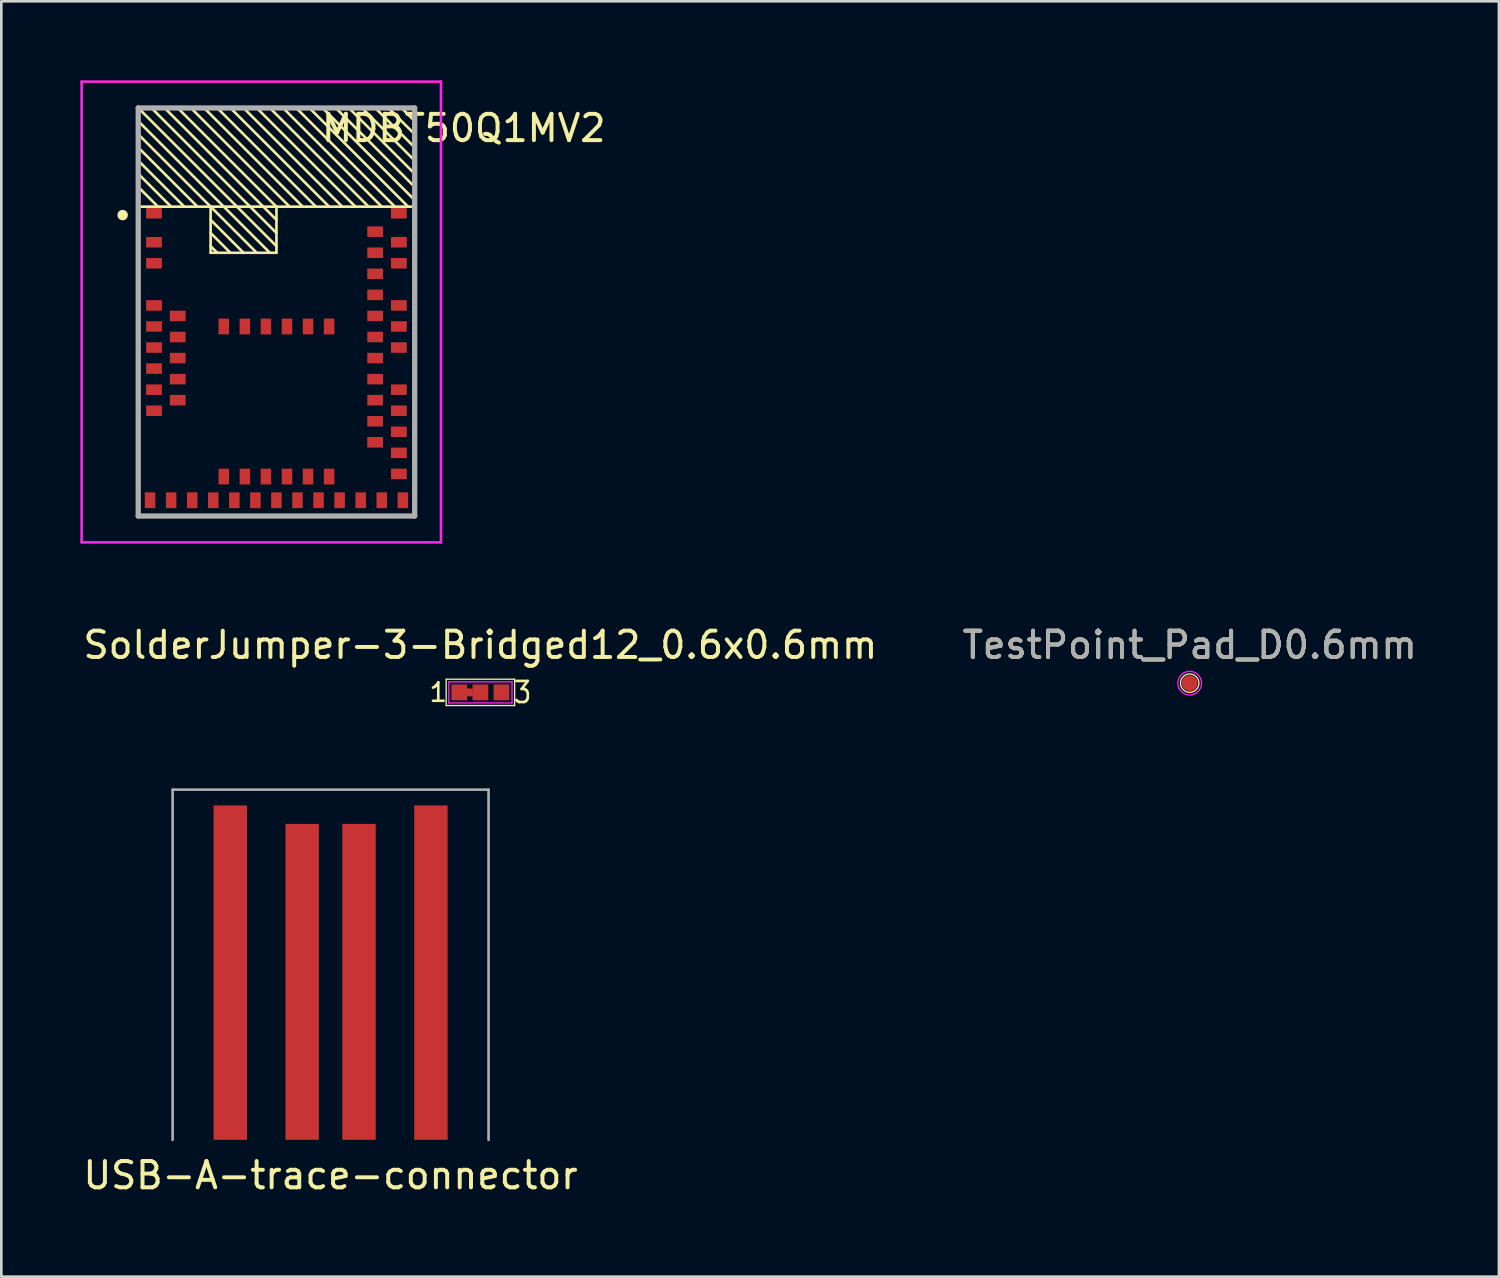
<source format=kicad_pcb>
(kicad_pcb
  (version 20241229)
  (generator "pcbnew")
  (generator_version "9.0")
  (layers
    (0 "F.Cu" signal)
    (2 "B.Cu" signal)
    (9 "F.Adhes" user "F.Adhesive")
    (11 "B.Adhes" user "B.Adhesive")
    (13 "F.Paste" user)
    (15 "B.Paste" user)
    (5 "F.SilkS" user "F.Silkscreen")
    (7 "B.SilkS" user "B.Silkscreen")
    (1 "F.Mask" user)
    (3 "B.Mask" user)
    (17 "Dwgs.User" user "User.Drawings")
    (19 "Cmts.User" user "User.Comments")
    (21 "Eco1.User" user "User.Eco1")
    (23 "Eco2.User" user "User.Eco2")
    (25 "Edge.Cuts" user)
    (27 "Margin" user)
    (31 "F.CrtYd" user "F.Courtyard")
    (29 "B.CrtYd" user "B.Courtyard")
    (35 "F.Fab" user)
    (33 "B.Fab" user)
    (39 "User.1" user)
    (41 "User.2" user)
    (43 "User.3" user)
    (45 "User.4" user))
  (footprint "USB-A-trace-connector"
    (layer "F.Cu")
    (at 9.506 40.242)
    (property "Reference" "USB-A-trace-connector" (at 0 1.35 0) (layer "F.SilkS") (effects (font (size 1 1) (thickness 0.15))))
    (attr through_hole)
    (fp_line (start -6 -13.3) (end 6 -13.3) (stroke (width 0.1) (type solid)) (layer "F.Fab"))
    (fp_line (start -6 0) (end -6 -13.3) (stroke (width 0.1) (type solid)) (layer "F.Fab"))
    (fp_line (start 6 -13.3) (end 6 0) (stroke (width 0.1) (type solid)) (layer "F.Fab"))
    (pad "1" smd rect (at -3.81 -6.35) (size 1.27 12.7) (layers "F.Cu" "F.Mask"))
    (pad "2" smd rect (at -1.08 -6) (size 1.27 12) (layers "F.Cu" "F.Mask"))
    (pad "3" smd rect (at 1.08 -6) (size 1.27 12) (layers "F.Cu" "F.Mask"))
    (pad "4" smd rect (at 3.81 -6.35) (size 1.27 12.7) (layers "F.Cu" "F.Mask")))
  (footprint "SolderJumper-3-Bridged12_0.6x0.6mm"
    (layer "F.Cu")
    (at 15.196 23.248)
    (property "Reference" "SolderJumper-3-Bridged12_0.6x0.6mm" (at 0 -1.8 0) (layer "F.SilkS") (effects (font (size 1 1) (thickness 0.15))))
    (attr exclude_from_pos_files exclude_from_bom)
    (fp_poly (pts (xy -0.69 -0.15) (xy -0.29 -0.15) (xy -0.29 0.15) (xy -0.69 0.15)) (stroke (width 0) (type solid)) (fill yes) (layer "F.Cu"))
    (fp_line (start -1.3 -0.5) (end 1.3 -0.5) (stroke (width 0.05) (type solid)) (layer "F.SilkS"))
    (fp_line (start -1.3 0.5) (end -1.3 -0.5) (stroke (width 0.05) (type solid)) (layer "F.SilkS"))
    (fp_line (start 1.3 -0.5) (end 1.3 0.5) (stroke (width 0.05) (type solid)) (layer "F.SilkS"))
    (fp_line (start 1.3 0.5) (end -1.3 0.5) (stroke (width 0.05) (type solid)) (layer "F.SilkS"))
    (fp_line (start -1.2 -0.4) (end -1.2 0.4) (stroke (width 0.05) (type solid)) (layer "F.CrtYd"))
    (fp_line (start -1.2 -0.4) (end 1.2 -0.4) (stroke (width 0.05) (type solid)) (layer "F.CrtYd"))
    (fp_line (start 1.2 0.4) (end -1.2 0.4) (stroke (width 0.05) (type solid)) (layer "F.CrtYd"))
    (fp_line (start 1.2 0.4) (end 1.2 -0.4) (stroke (width 0.05) (type solid)) (layer "F.CrtYd"))
    (fp_text user "3" (at 1.6 0 0) (layer "F.SilkS") (effects (font (size 0.8 0.7) (thickness 0.1))))
    (fp_text user "1" (at -1.6 0 0) (layer "F.SilkS") (effects (font (size 0.7 0.7) (thickness 0.1))))
    (pad "1" smd rect (at -0.8 0) (size 0.6 0.6) (layers "F.Cu" "F.Mask"))
    (pad "2" smd rect (at 0 0) (size 0.6 0.6) (layers "F.Cu" "F.Mask"))
    (pad "3" smd rect (at 0.8 0) (size 0.6 0.6) (layers "F.Cu" "F.Mask")))
  (footprint "MDBT50Q1MV2"
    (layer "F.Cu")
    (at 7.45 16.55)
    (property "Reference" "MDBT50Q1MV2" (at 7.112 -14.732 0) (layer "F.SilkS") (effects (font (size 1 1) (thickness 0.15))))
    (attr smd)
    (fp_line (start -5.25 -15.5) (end -1.5 -11.75) (stroke (width 0.1) (type solid)) (layer "F.SilkS"))
    (fp_line (start -5.25 -15.5) (end 5.25 -15.5) (stroke (width 0.1) (type solid)) (layer "F.SilkS"))
    (fp_line (start -5.25 -15) (end -2 -11.75) (stroke (width 0.1) (type solid)) (layer "F.SilkS"))
    (fp_line (start -5.25 -14.5) (end -2.5 -11.75) (stroke (width 0.1) (type solid)) (layer "F.SilkS"))
    (fp_line (start -5.25 -14) (end -3 -11.75) (stroke (width 0.1) (type solid)) (layer "F.SilkS"))
    (fp_line (start -5.25 -13.5) (end -3.5 -11.75) (stroke (width 0.1) (type solid)) (layer "F.SilkS"))
    (fp_line (start -5.25 -13) (end -4 -11.75) (stroke (width 0.1) (type solid)) (layer "F.SilkS"))
    (fp_line (start -5.25 -12.5) (end -4.5 -11.75) (stroke (width 0.1) (type solid)) (layer "F.SilkS"))
    (fp_line (start -5.25 -11.75) (end 5.25 -11.75) (stroke (width 0.1) (type solid)) (layer "F.SilkS"))
    (fp_line (start -5.25 0) (end -5.25 -15.5) (stroke (width 0.1) (type solid)) (layer "F.SilkS"))
    (fp_line (start -4.75 -15.5) (end -1 -11.75) (stroke (width 0.1) (type solid)) (layer "F.SilkS"))
    (fp_line (start -4.25 -15.5) (end -0.5 -11.75) (stroke (width 0.1) (type solid)) (layer "F.SilkS"))
    (fp_line (start -3.75 -15.5) (end 0 -11.75) (stroke (width 0.1) (type solid)) (layer "F.SilkS"))
    (fp_line (start -3.25 -15.5) (end 0.5 -11.75) (stroke (width 0.1) (type solid)) (layer "F.SilkS"))
    (fp_line (start -2.75 -15.5) (end 1 -11.75) (stroke (width 0.1) (type solid)) (layer "F.SilkS"))
    (fp_line (start -2.5 -11.75) (end -2.5 -10) (stroke (width 0.1) (type solid)) (layer "F.SilkS"))
    (fp_line (start -2.5 -11.75) (end -0.75 -10) (stroke (width 0.1) (type solid)) (layer "F.SilkS"))
    (fp_line (start -2.5 -11.25) (end -1.25 -10) (stroke (width 0.1) (type solid)) (layer "F.SilkS"))
    (fp_line (start -2.5 -10.75) (end -1.75 -10) (stroke (width 0.1) (type solid)) (layer "F.SilkS"))
    (fp_line (start -2.5 -10.25) (end -2.25 -10) (stroke (width 0.1) (type solid)) (layer "F.SilkS"))
    (fp_line (start -2.5 -10) (end 0 -10) (stroke (width 0.1) (type solid)) (layer "F.SilkS"))
    (fp_line (start -2.25 -15.5) (end 1.5 -11.75) (stroke (width 0.1) (type solid)) (layer "F.SilkS"))
    (fp_line (start -2 -11.75) (end -0.25 -10) (stroke (width 0.1) (type solid)) (layer "F.SilkS"))
    (fp_line (start -1.75 -15.5) (end 2 -11.75) (stroke (width 0.1) (type solid)) (layer "F.SilkS"))
    (fp_line (start -1.5 -11.75) (end 0 -10.25) (stroke (width 0.1) (type solid)) (layer "F.SilkS"))
    (fp_line (start -1.25 -15.5) (end 2.5 -11.75) (stroke (width 0.1) (type solid)) (layer "F.SilkS"))
    (fp_line (start -1 -11.75) (end 0 -10.75) (stroke (width 0.1) (type solid)) (layer "F.SilkS"))
    (fp_line (start -0.75 -15.5) (end 3 -11.75) (stroke (width 0.1) (type solid)) (layer "F.SilkS"))
    (fp_line (start -0.5 -11.75) (end 0 -11.25) (stroke (width 0.1) (type solid)) (layer "F.SilkS"))
    (fp_line (start -0.25 -15.5) (end 3.5 -11.75) (stroke (width 0.1) (type solid)) (layer "F.SilkS"))
    (fp_line (start 0 -10) (end 0 -11.75) (stroke (width 0.1) (type solid)) (layer "F.SilkS"))
    (fp_line (start 0.25 -15.5) (end 4 -11.75) (stroke (width 0.1) (type solid)) (layer "F.SilkS"))
    (fp_line (start 0.75 -15.5) (end 4.5 -11.75) (stroke (width 0.1) (type solid)) (layer "F.SilkS"))
    (fp_line (start 1.25 -15.5) (end 5 -11.75) (stroke (width 0.1) (type solid)) (layer "F.SilkS"))
    (fp_line (start 1.75 -15.5) (end 5.25 -12) (stroke (width 0.1) (type solid)) (layer "F.SilkS"))
    (fp_line (start 2.25 -15.5) (end 5.25 -12.5) (stroke (width 0.1) (type solid)) (layer "F.SilkS"))
    (fp_line (start 2.75 -15.5) (end 5.25 -13) (stroke (width 0.1) (type solid)) (layer "F.SilkS"))
    (fp_line (start 3.25 -15.5) (end 5.25 -13.5) (stroke (width 0.1) (type solid)) (layer "F.SilkS"))
    (fp_line (start 3.75 -15.5) (end 5.25 -14) (stroke (width 0.1) (type solid)) (layer "F.SilkS"))
    (fp_line (start 4.25 -15.5) (end 5.25 -14.5) (stroke (width 0.1) (type solid)) (layer "F.SilkS"))
    (fp_line (start 4.75 -15.5) (end 5.25 -15) (stroke (width 0.1) (type solid)) (layer "F.SilkS"))
    (fp_line (start 5.25 -15.5) (end 5.25 0) (stroke (width 0.1) (type solid)) (layer "F.SilkS"))
    (fp_line (start 5.25 0) (end -5.25 0) (stroke (width 0.1) (type solid)) (layer "F.SilkS"))
    (fp_circle (center -5.842 -11.43) (end -5.742 -11.43) (stroke (width 0.2) (type solid)) (fill no) (layer "F.SilkS"))
    (fp_line (start -7.4 -16.5) (end 6.25 -16.5) (stroke (width 0.1) (type solid)) (layer "F.CrtYd"))
    (fp_line (start -7.4 1) (end -7.4 -16.5) (stroke (width 0.1) (type solid)) (layer "F.CrtYd"))
    (fp_line (start 6.25 -16.5) (end 6.25 1) (stroke (width 0.1) (type solid)) (layer "F.CrtYd"))
    (fp_line (start 6.25 1) (end -7.4 1) (stroke (width 0.1) (type solid)) (layer "F.CrtYd"))
    (fp_line (start -5.25 -15.5) (end 5.25 -15.5) (stroke (width 0.2) (type solid)) (layer "F.Fab"))
    (fp_line (start -5.25 0) (end -5.25 -15.5) (stroke (width 0.2) (type solid)) (layer "F.Fab"))
    (fp_line (start 5.25 -15.5) (end 5.25 0) (stroke (width 0.2) (type solid)) (layer "F.Fab"))
    (fp_line (start 5.25 0) (end -5.25 0) (stroke (width 0.2) (type solid)) (layer "F.Fab"))
    (pad "1" smd rect (at -4.65 -11.5 90) (size 0.4 0.6) (layers "F.Cu" "F.Mask" "F.Paste"))
    (pad "2" smd rect (at -4.65 -10.4 90) (size 0.4 0.6) (layers "F.Cu" "F.Mask" "F.Paste"))
    (pad "3" smd rect (at -4.65 -9.6 90) (size 0.4 0.6) (layers "F.Cu" "F.Mask" "F.Paste"))
    (pad "4" smd rect (at -4.65 -8 90) (size 0.4 0.6) (layers "F.Cu" "F.Mask" "F.Paste"))
    (pad "5" smd rect (at -3.75 -7.6 90) (size 0.4 0.6) (layers "F.Cu" "F.Mask" "F.Paste"))
    (pad "6" smd rect (at -4.65 -7.2 90) (size 0.4 0.6) (layers "F.Cu" "F.Mask" "F.Paste"))
    (pad "7" smd rect (at -3.75 -6.8 90) (size 0.4 0.6) (layers "F.Cu" "F.Mask" "F.Paste"))
    (pad "8" smd rect (at -4.65 -6.4 90) (size 0.4 0.6) (layers "F.Cu" "F.Mask" "F.Paste"))
    (pad "9" smd rect (at -3.75 -6 90) (size 0.4 0.6) (layers "F.Cu" "F.Mask" "F.Paste"))
    (pad "10" smd rect (at -4.65 -5.6 90) (size 0.4 0.6) (layers "F.Cu" "F.Mask" "F.Paste"))
    (pad "11" smd rect (at -3.75 -5.2 90) (size 0.4 0.6) (layers "F.Cu" "F.Mask" "F.Paste"))
    (pad "12" smd rect (at -4.65 -4.8 90) (size 0.4 0.6) (layers "F.Cu" "F.Mask" "F.Paste"))
    (pad "13" smd rect (at -3.75 -4.4 90) (size 0.4 0.6) (layers "F.Cu" "F.Mask" "F.Paste"))
    (pad "14" smd rect (at -4.65 -4 90) (size 0.4 0.6) (layers "F.Cu" "F.Mask" "F.Paste"))
    (pad "15" smd rect (at -4.8 -0.6) (size 0.4 0.6) (layers "F.Cu" "F.Mask" "F.Paste"))
    (pad "16" smd rect (at -4 -0.6) (size 0.4 0.6) (layers "F.Cu" "F.Mask" "F.Paste"))
    (pad "17" smd rect (at -3.2 -0.6) (size 0.4 0.6) (layers "F.Cu" "F.Mask" "F.Paste"))
    (pad "18" smd rect (at -2.4 -0.6) (size 0.4 0.6) (layers "F.Cu" "F.Mask" "F.Paste"))
    (pad "19" smd rect (at -2 -1.5) (size 0.4 0.6) (layers "F.Cu" "F.Mask" "F.Paste"))
    (pad "20" smd rect (at -1.6 -0.6) (size 0.4 0.6) (layers "F.Cu" "F.Mask" "F.Paste"))
    (pad "21" smd rect (at -1.2 -1.5) (size 0.4 0.6) (layers "F.Cu" "F.Mask" "F.Paste"))
    (pad "22" smd rect (at -0.8 -0.6) (size 0.4 0.6) (layers "F.Cu" "F.Mask" "F.Paste"))
    (pad "23" smd rect (at -0.4 -1.5) (size 0.4 0.6) (layers "F.Cu" "F.Mask" "F.Paste"))
    (pad "24" smd rect (at 0 -0.6) (size 0.4 0.6) (layers "F.Cu" "F.Mask" "F.Paste"))
    (pad "25" smd rect (at 0.4 -1.5) (size 0.4 0.6) (layers "F.Cu" "F.Mask" "F.Paste"))
    (pad "26" smd rect (at 0.8 -0.6) (size 0.4 0.6) (layers "F.Cu" "F.Mask" "F.Paste"))
    (pad "27" smd rect (at 1.2 -1.5) (size 0.4 0.6) (layers "F.Cu" "F.Mask" "F.Paste"))
    (pad "28" smd rect (at 1.6 -0.6) (size 0.4 0.6) (layers "F.Cu" "F.Mask" "F.Paste"))
    (pad "29" smd rect (at 2 -1.5) (size 0.4 0.6) (layers "F.Cu" "F.Mask" "F.Paste"))
    (pad "30" smd rect (at 2.4 -0.6) (size 0.4 0.6) (layers "F.Cu" "F.Mask" "F.Paste"))
    (pad "31" smd rect (at 3.2 -0.6) (size 0.4 0.6) (layers "F.Cu" "F.Mask" "F.Paste"))
    (pad "32" smd rect (at 4 -0.6) (size 0.4 0.6) (layers "F.Cu" "F.Mask" "F.Paste"))
    (pad "33" smd rect (at 4.8 -0.6) (size 0.4 0.6) (layers "F.Cu" "F.Mask" "F.Paste"))
    (pad "34" smd rect (at 4.65 -1.6 90) (size 0.4 0.6) (layers "F.Cu" "F.Mask" "F.Paste"))
    (pad "35" smd rect (at 4.65 -2.4 90) (size 0.4 0.6) (layers "F.Cu" "F.Mask" "F.Paste"))
    (pad "36" smd rect (at 3.75 -2.8 90) (size 0.4 0.6) (layers "F.Cu" "F.Mask" "F.Paste"))
    (pad "37" smd rect (at 4.65 -3.2 90) (size 0.4 0.6) (layers "F.Cu" "F.Mask" "F.Paste"))
    (pad "38" smd rect (at 3.75 -3.6 90) (size 0.4 0.6) (layers "F.Cu" "F.Mask" "F.Paste"))
    (pad "39" smd rect (at 4.65 -4 90) (size 0.4 0.6) (layers "F.Cu" "F.Mask" "F.Paste"))
    (pad "40" smd rect (at 3.75 -4.4 90) (size 0.4 0.6) (layers "F.Cu" "F.Mask" "F.Paste"))
    (pad "41" smd rect (at 4.65 -4.8 90) (size 0.4 0.6) (layers "F.Cu" "F.Mask" "F.Paste"))
    (pad "42" smd rect (at 3.75 -5.2 90) (size 0.4 0.6) (layers "F.Cu" "F.Mask" "F.Paste"))
    (pad "43" smd rect (at 3.75 -6 90) (size 0.4 0.6) (layers "F.Cu" "F.Mask" "F.Paste"))
    (pad "44" smd rect (at 4.65 -6.4 90) (size 0.4 0.6) (layers "F.Cu" "F.Mask" "F.Paste"))
    (pad "45" smd rect (at 3.75 -6.8 90) (size 0.4 0.6) (layers "F.Cu" "F.Mask" "F.Paste"))
    (pad "46" smd rect (at 4.65 -7.2 90) (size 0.4 0.6) (layers "F.Cu" "F.Mask" "F.Paste"))
    (pad "47" smd rect (at 3.75 -7.6 90) (size 0.4 0.6) (layers "F.Cu" "F.Mask" "F.Paste"))
    (pad "48" smd rect (at 4.65 -8 90) (size 0.4 0.6) (layers "F.Cu" "F.Mask" "F.Paste"))
    (pad "49" smd rect (at 3.75 -8.4 90) (size 0.4 0.6) (layers "F.Cu" "F.Mask" "F.Paste"))
    (pad "50" smd rect (at 3.75 -9.2 90) (size 0.4 0.6) (layers "F.Cu" "F.Mask" "F.Paste"))
    (pad "51" smd rect (at 4.65 -9.6 90) (size 0.4 0.6) (layers "F.Cu" "F.Mask" "F.Paste"))
    (pad "52" smd rect (at 3.75 -10 90) (size 0.4 0.6) (layers "F.Cu" "F.Mask" "F.Paste"))
    (pad "53" smd rect (at 4.65 -10.4 90) (size 0.4 0.6) (layers "F.Cu" "F.Mask" "F.Paste"))
    (pad "54" smd rect (at 3.75 -10.8 90) (size 0.4 0.6) (layers "F.Cu" "F.Mask" "F.Paste"))
    (pad "55" smd rect (at 4.65 -11.5 90) (size 0.4 0.6) (layers "F.Cu" "F.Mask" "F.Paste"))
    (pad "56" smd rect (at -2 -7.2) (size 0.4 0.6) (layers "F.Cu" "F.Mask" "F.Paste"))
    (pad "57" smd rect (at -1.2 -7.2) (size 0.4 0.6) (layers "F.Cu" "F.Mask" "F.Paste"))
    (pad "58" smd rect (at -0.4 -7.2) (size 0.4 0.6) (layers "F.Cu" "F.Mask" "F.Paste"))
    (pad "59" smd rect (at 0.4 -7.2) (size 0.4 0.6) (layers "F.Cu" "F.Mask" "F.Paste"))
    (pad "60" smd rect (at 1.2 -7.2) (size 0.4 0.6) (layers "F.Cu" "F.Mask" "F.Paste"))
    (pad "61" smd rect (at 2 -7.2) (size 0.4 0.6) (layers "F.Cu" "F.Mask" "F.Paste")))
  (footprint "TestPoint_Pad_D0.6mm"
    (layer "F.Cu")
    (at 42.137 22.898)
    (property "Reference" "TestPoint_Pad_D0.6mm" (at 0 -1.448 0) (layer "F.SilkS") (effects (font (size 1 1) (thickness 0.15))))
    (attr exclude_from_pos_files exclude_from_bom)
    (fp_circle (center 0 0) (end 0.35 0) (stroke (width 0.05) (type solid)) (fill no) (layer "F.SilkS"))
    (fp_circle (center 0 0) (end 0.45 0) (stroke (width 0.05) (type solid)) (fill no) (layer "F.CrtYd"))
    (fp_text user "${REFERENCE}" (at 0 -1.45 0) (layer "F.Fab") (effects (font (size 1 1) (thickness 0.15))))
    (pad "1" smd circle (at 0 0) (size 0.6 0.6) (layers "F.Cu" "F.Mask")))
  (gr_rect
    (start -3 -3)
    (end 53.881 45.44)
    (stroke (width 0.1) (type default))
    (fill no)
    (layer "Edge.Cuts")))
</source>
